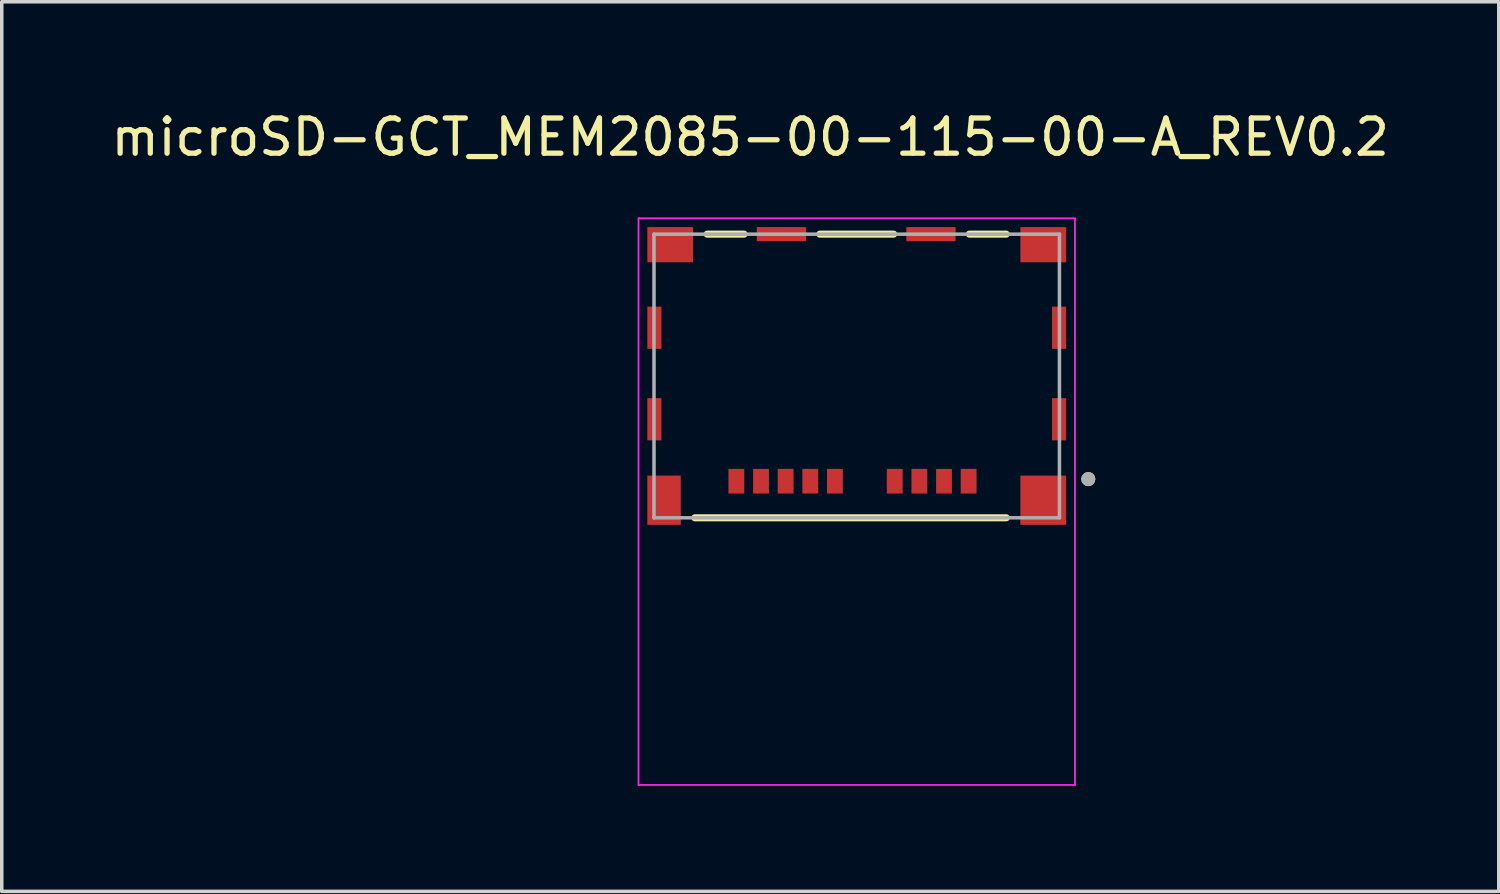
<source format=kicad_pcb>
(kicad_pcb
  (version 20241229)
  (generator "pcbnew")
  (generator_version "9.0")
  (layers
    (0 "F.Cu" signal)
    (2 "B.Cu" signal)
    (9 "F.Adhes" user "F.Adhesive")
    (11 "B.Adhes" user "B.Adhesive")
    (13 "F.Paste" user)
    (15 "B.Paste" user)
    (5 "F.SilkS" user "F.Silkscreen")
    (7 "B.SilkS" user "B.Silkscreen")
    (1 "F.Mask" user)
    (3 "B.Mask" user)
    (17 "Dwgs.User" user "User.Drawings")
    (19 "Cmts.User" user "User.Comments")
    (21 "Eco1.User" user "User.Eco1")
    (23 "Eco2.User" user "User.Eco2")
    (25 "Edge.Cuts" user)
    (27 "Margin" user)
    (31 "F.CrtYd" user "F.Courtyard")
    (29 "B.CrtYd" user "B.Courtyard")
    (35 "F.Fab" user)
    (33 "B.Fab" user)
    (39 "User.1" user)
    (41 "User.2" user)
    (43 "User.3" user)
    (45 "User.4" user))
  (footprint "microSD-GCT_MEM2085-00-115-00-A_REV0.2"
    (layer "F.Cu")
    (at 21.293 7.633)
    (property "Reference" "microSD-GCT_MEM2085-00-115-00-A_REV0.2" (at -3.025 -6.785 0) (layer "F.SilkS") (effects (font (size 1 1) (thickness 0.15))))
    (attr smd)
    (fp_line (start -4.6 4.03) (end 4.25 4.03) (stroke (width 0.2) (type solid)) (layer "F.SilkS"))
    (fp_line (start -4.25 -4.03) (end -3.2 -4.03) (stroke (width 0.2) (type solid)) (layer "F.SilkS"))
    (fp_line (start -1.05 -4.03) (end 1.05 -4.03) (stroke (width 0.2) (type solid)) (layer "F.SilkS"))
    (fp_line (start 3.2 -4.03) (end 4.25 -4.03) (stroke (width 0.2) (type solid)) (layer "F.SilkS"))
    (fp_circle (center 6.58 2.93) (end 6.68 2.93) (stroke (width 0.2) (type solid)) (fill no) (layer "F.SilkS"))
    (fp_line (start -6.2 -4.48) (end -6.2 11.62) (stroke (width 0.05) (type solid)) (layer "F.CrtYd"))
    (fp_line (start -6.2 11.62) (end 6.2 11.62) (stroke (width 0.05) (type solid)) (layer "F.CrtYd"))
    (fp_line (start 6.2 -4.48) (end -6.2 -4.48) (stroke (width 0.05) (type solid)) (layer "F.CrtYd"))
    (fp_line (start 6.2 11.62) (end 6.2 -4.48) (stroke (width 0.05) (type solid)) (layer "F.CrtYd"))
    (fp_line (start -5.76 -4.03) (end 5.76 -4.03) (stroke (width 0.1) (type solid)) (layer "F.Fab"))
    (fp_line (start -5.76 4.03) (end -5.76 -4.03) (stroke (width 0.1) (type solid)) (layer "F.Fab"))
    (fp_line (start 5.76 -4.03) (end 5.76 4.03) (stroke (width 0.1) (type solid)) (layer "F.Fab"))
    (fp_line (start 5.76 4.03) (end -5.76 4.03) (stroke (width 0.1) (type solid)) (layer "F.Fab"))
    (fp_circle (center 6.58 2.93) (end 6.68 2.93) (stroke (width 0.2) (type solid)) (fill no) (layer "F.Fab"))
    (pad "1" smd rect (at 3.18 2.99) (size 0.45 0.7) (layers "F.Cu" "F.Mask" "F.Paste"))
    (pad "2" smd rect (at 2.48 2.99) (size 0.45 0.7) (layers "F.Cu" "F.Mask" "F.Paste"))
    (pad "3" smd rect (at 1.78 2.99) (size 0.45 0.7) (layers "F.Cu" "F.Mask" "F.Paste"))
    (pad "4" smd rect (at 1.08 2.99) (size 0.45 0.7) (layers "F.Cu" "F.Mask" "F.Paste"))
    (pad "5" smd rect (at -0.62 2.99) (size 0.45 0.7) (layers "F.Cu" "F.Mask" "F.Paste"))
    (pad "6" smd rect (at -1.32 2.99) (size 0.45 0.7) (layers "F.Cu" "F.Mask" "F.Paste"))
    (pad "7" smd rect (at -2.72 2.99) (size 0.45 0.7) (layers "F.Cu" "F.Mask" "F.Paste"))
    (pad "8" smd rect (at -3.42 2.99) (size 0.45 0.7) (layers "F.Cu" "F.Mask" "F.Paste"))
    (pad "9" smd rect (at -2.02 2.99) (size 0.45 0.7) (layers "F.Cu" "F.Mask" "F.Paste"))
    (pad "10" smd rect (at -5.75 -1.37) (size 0.4 1.2) (layers "F.Cu" "F.Mask" "F.Paste"))
    (pad "10" smd rect (at -5.75 1.23) (size 0.4 1.2) (layers "F.Cu" "F.Mask" "F.Paste"))
    (pad "10" smd rect (at -5.475 3.53) (size 0.95 1.4) (layers "F.Cu" "F.Mask" "F.Paste"))
    (pad "10" smd rect (at -5.3 -3.73) (size 1.3 1) (layers "F.Cu" "F.Mask" "F.Paste"))
    (pad "10" smd rect (at -2.14 -4.03) (size 1.4 0.4) (layers "F.Cu" "F.Mask" "F.Paste"))
    (pad "10" smd rect (at 2.11 -4.03) (size 1.4 0.4) (layers "F.Cu" "F.Mask" "F.Paste"))
    (pad "10" smd rect (at 5.3 -3.73) (size 1.3 1) (layers "F.Cu" "F.Mask" "F.Paste"))
    (pad "10" smd rect (at 5.3 3.53) (size 1.3 1.4) (layers "F.Cu" "F.Mask" "F.Paste"))
    (pad "10" smd rect (at 5.75 -1.37) (size 0.4 1.2) (layers "F.Cu" "F.Mask" "F.Paste"))
    (pad "10" smd rect (at 5.75 1.23) (size 0.4 1.2) (layers "F.Cu" "F.Mask" "F.Paste"))
    (zone (net_name "") (layer "F.Cu") (hatch full 0.508) (connect_pads) (min_thickness 0.01) (filled_areas_thickness no) (keepout (tracks not_allowed) (vias not_allowed) (pads not_allowed) (copperpour not_allowed) (footprints allowed)) (placement (enabled no)) (fill) (polygon (pts (xy 16.293 5.223) (xy 25.093 5.223) (xy 25.093 9.073) (xy 16.293 9.073))))
    (zone (net_name "") (layers "F.Cu" "B.Cu") (hatch full 0.508) (connect_pads) (min_thickness 0.01) (filled_areas_thickness no) (keepout (tracks allowed) (vias not_allowed) (pads allowed) (copperpour allowed) (footprints allowed)) (placement (enabled no)) (fill) (polygon (pts (xy 16.293 5.223) (xy 25.093 5.223) (xy 25.093 9.073) (xy 16.293 9.073)))))
  (gr_rect
    (start -3 -3)
    (end 39.536 22.278)
    (stroke (width 0.1) (type default))
    (fill no)
    (layer "Edge.Cuts")))
</source>
